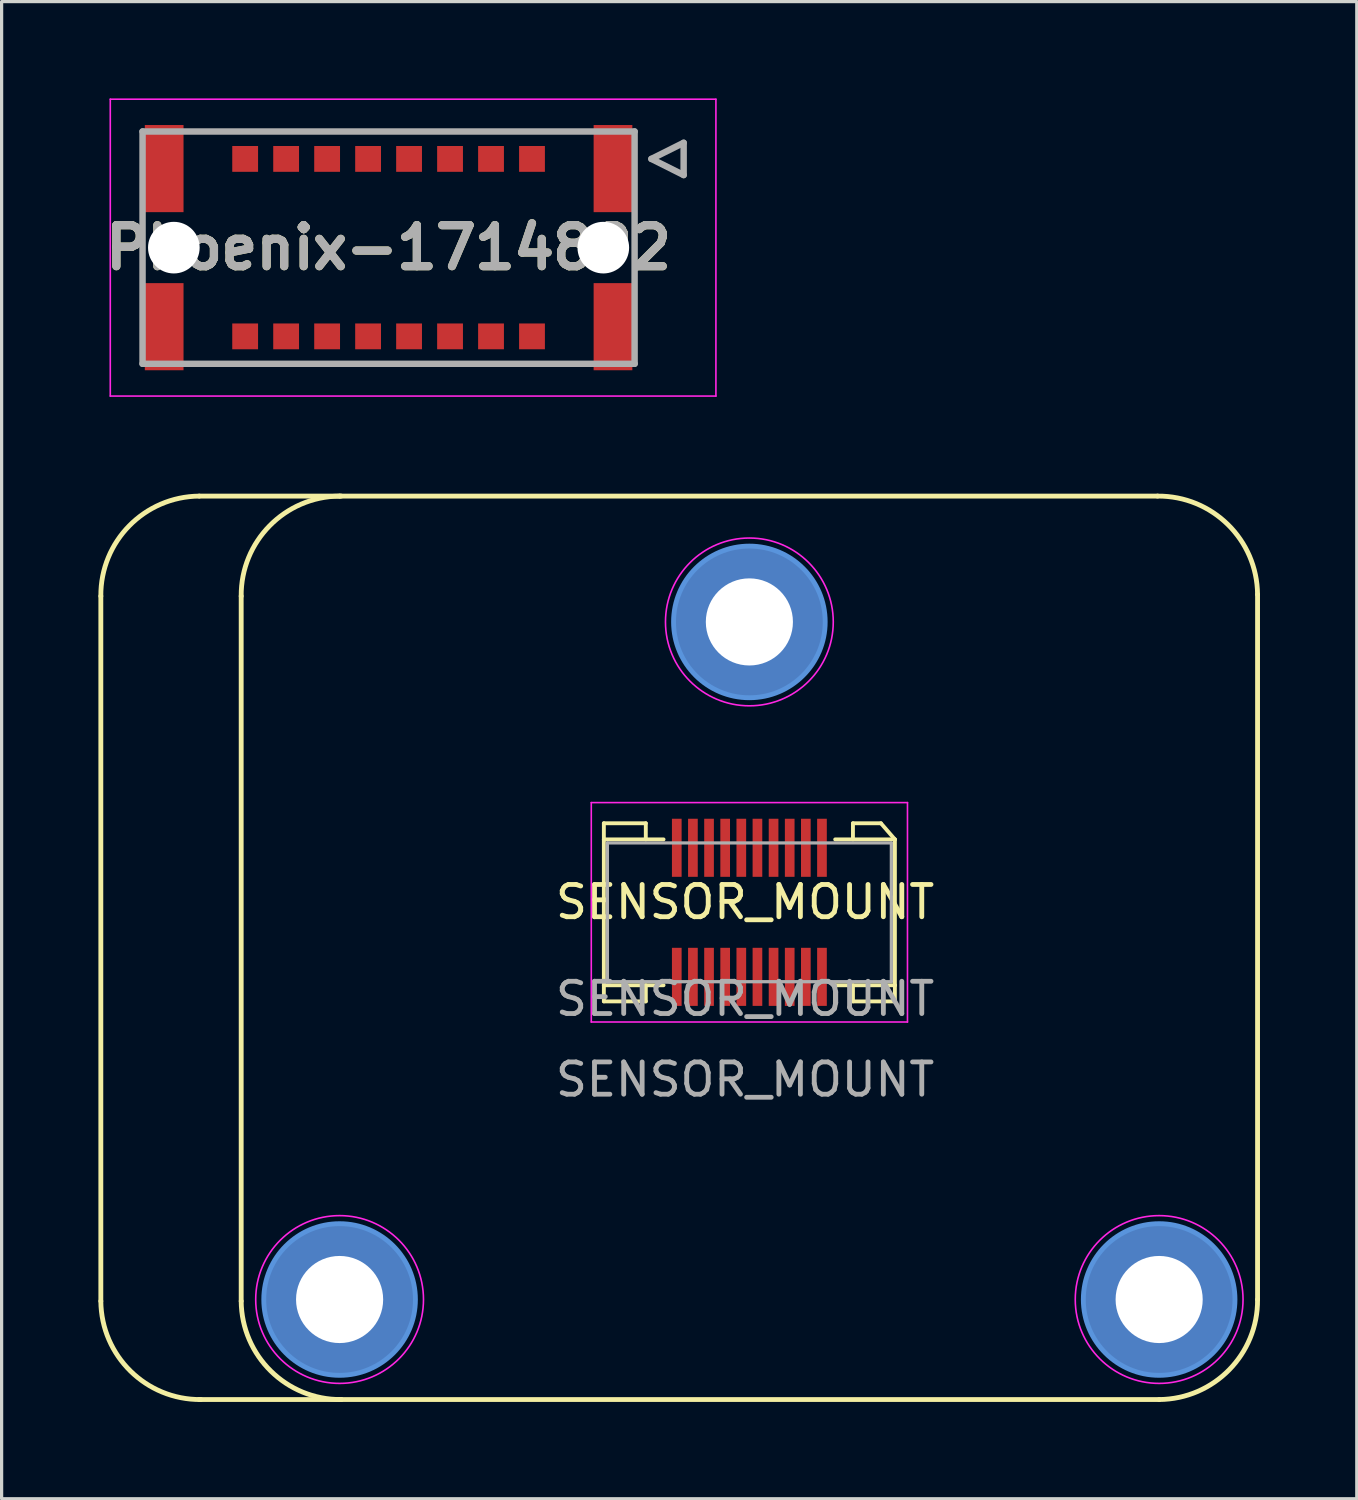
<source format=kicad_pcb>
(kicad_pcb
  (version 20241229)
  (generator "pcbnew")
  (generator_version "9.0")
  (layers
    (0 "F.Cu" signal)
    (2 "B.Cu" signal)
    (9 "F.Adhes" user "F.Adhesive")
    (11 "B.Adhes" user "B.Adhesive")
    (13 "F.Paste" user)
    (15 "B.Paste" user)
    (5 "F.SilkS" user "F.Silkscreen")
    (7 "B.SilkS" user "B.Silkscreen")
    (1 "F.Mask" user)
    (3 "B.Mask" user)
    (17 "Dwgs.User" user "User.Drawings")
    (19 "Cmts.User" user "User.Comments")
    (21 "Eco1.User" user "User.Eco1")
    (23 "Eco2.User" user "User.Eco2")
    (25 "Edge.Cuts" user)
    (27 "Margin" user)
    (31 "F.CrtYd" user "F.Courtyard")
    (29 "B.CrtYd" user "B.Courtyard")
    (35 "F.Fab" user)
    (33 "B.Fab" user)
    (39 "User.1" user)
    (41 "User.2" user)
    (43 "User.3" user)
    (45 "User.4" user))
  (footprint "Phoenix-1714892"
    (layer "F.Cu")
    (at 8.993 4.625)
    (property "Reference" "Phoenix-1714892" (at 0 0 0) (layer "F.SilkS") (effects (font (size 1.27 1.27) (thickness 0.254))))
    (attr through_hole)
    (fp_line (start 8.145 -2.75) (end 9.145 -3.25) (stroke (width 0.1) (type solid)) (layer "F.SilkS"))
    (fp_line (start 9.145 -3.25) (end 9.145 -2.25) (stroke (width 0.1) (type solid)) (layer "F.SilkS"))
    (fp_line (start 9.145 -2.25) (end 8.145 -2.75) (stroke (width 0.1) (type solid)) (layer "F.SilkS"))
    (fp_line (start -8.625 -4.6) (end 10.145 -4.6) (stroke (width 0.05) (type solid)) (layer "F.CrtYd"))
    (fp_line (start -8.625 4.6) (end -8.625 -4.6) (stroke (width 0.05) (type solid)) (layer "F.CrtYd"))
    (fp_line (start 10.145 -4.6) (end 10.145 4.6) (stroke (width 0.05) (type solid)) (layer "F.CrtYd"))
    (fp_line (start 10.145 4.6) (end -8.625 4.6) (stroke (width 0.05) (type solid)) (layer "F.CrtYd"))
    (fp_line (start -7.625 -3.6) (end 7.625 -3.6) (stroke (width 0.2) (type solid)) (layer "F.Fab"))
    (fp_line (start -7.625 3.6) (end -7.625 -3.6) (stroke (width 0.2) (type solid)) (layer "F.Fab"))
    (fp_line (start 7.625 -3.6) (end 7.625 3.6) (stroke (width 0.2) (type solid)) (layer "F.Fab"))
    (fp_line (start 7.625 3.6) (end -7.625 3.6) (stroke (width 0.2) (type solid)) (layer "F.Fab"))
    (fp_line (start 8.145 -2.75) (end 9.145 -3.25) (stroke (width 0.2) (type solid)) (layer "F.Fab"))
    (fp_line (start 9.145 -3.25) (end 9.145 -2.25) (stroke (width 0.2) (type solid)) (layer "F.Fab"))
    (fp_line (start 9.145 -2.25) (end 8.145 -2.75) (stroke (width 0.2) (type solid)) (layer "F.Fab"))
    (fp_text user "${REFERENCE}" (at 0 0 0) (layer "F.Fab") (effects (font (size 1.27 1.27) (thickness 0.254))))
    (pad "" np_thru_hole circle (at -6.655 0) (size 1.6 1.6) (drill 1.6) (layers "*.Cu" "*.Mask"))
    (pad "" np_thru_hole circle (at 6.655 0) (size 1.6 1.6) (drill 1.6) (layers "*.Cu" "*.Mask"))
    (pad "17" smd rect (at 6.955 -2.45) (size 1.2 2.7) (layers "F.Cu" "F.Mask" "F.Paste"))
    (pad "18" smd rect (at -6.955 -2.45) (size 1.2 2.7) (layers "F.Cu" "F.Mask" "F.Paste"))
    (pad "19" smd rect (at 6.955 2.45) (size 1.2 2.7) (layers "F.Cu" "F.Mask" "F.Paste"))
    (pad "20" smd rect (at -6.955 2.45) (size 1.2 2.7) (layers "F.Cu" "F.Mask" "F.Paste"))
    (pad "A1" smd rect (at 4.445 -2.75 90) (size 0.8 0.8) (layers "F.Cu" "F.Mask" "F.Paste"))
    (pad "A2" smd rect (at 3.175 -2.75 90) (size 0.8 0.8) (layers "F.Cu" "F.Mask" "F.Paste"))
    (pad "A3" smd rect (at 1.905 -2.75 90) (size 0.8 0.8) (layers "F.Cu" "F.Mask" "F.Paste"))
    (pad "A4" smd rect (at 0.635 -2.75 90) (size 0.8 0.8) (layers "F.Cu" "F.Mask" "F.Paste"))
    (pad "A5" smd rect (at -0.635 -2.75 90) (size 0.8 0.8) (layers "F.Cu" "F.Mask" "F.Paste"))
    (pad "A6" smd rect (at -1.905 -2.75 90) (size 0.8 0.8) (layers "F.Cu" "F.Mask" "F.Paste"))
    (pad "A7" smd rect (at -3.175 -2.75 90) (size 0.8 0.8) (layers "F.Cu" "F.Mask" "F.Paste"))
    (pad "A8" smd rect (at -4.445 -2.75 90) (size 0.8 0.8) (layers "F.Cu" "F.Mask" "F.Paste"))
    (pad "B1" smd rect (at 4.445 2.75 90) (size 0.8 0.8) (layers "F.Cu" "F.Mask" "F.Paste"))
    (pad "B2" smd rect (at 3.175 2.75 90) (size 0.8 0.8) (layers "F.Cu" "F.Mask" "F.Paste"))
    (pad "B3" smd rect (at 1.905 2.75 90) (size 0.8 0.8) (layers "F.Cu" "F.Mask" "F.Paste"))
    (pad "B4" smd rect (at 0.635 2.75 90) (size 0.8 0.8) (layers "F.Cu" "F.Mask" "F.Paste"))
    (pad "B5" smd rect (at -0.635 2.75 90) (size 0.8 0.8) (layers "F.Cu" "F.Mask" "F.Paste"))
    (pad "B6" smd rect (at -1.905 2.75 90) (size 0.8 0.8) (layers "F.Cu" "F.Mask" "F.Paste"))
    (pad "B7" smd rect (at -3.175 2.75 90) (size 0.8 0.8) (layers "F.Cu" "F.Mask" "F.Paste"))
    (pad "B8" smd rect (at -4.445 2.75 90) (size 0.8 0.8) (layers "F.Cu" "F.Mask" "F.Paste")))
  (footprint "SENSOR_MOUNT"
    (layer "F.Cu")
    (at 20.175 25.407)
    (property "Reference" "SENSOR_MOUNT" (at -0.133 -0.5 0) (unlocked yes) (layer "F.SilkS") (effects (font (size 1 1) (thickness 0.15))))
    (attr smd)
    (fp_line (start -20.1 11.868) (end -20.1 -9.982) (stroke (width 0.15) (type solid)) (layer "F.SilkS"))
    (fp_line (start -17.05 -13.082) (end -12.65 -13.082) (stroke (width 0.15) (type solid)) (layer "F.SilkS"))
    (fp_line (start -15.75 11.868) (end -15.75 -9.982) (stroke (width 0.15) (type solid)) (layer "F.SilkS"))
    (fp_line (start -12.65 14.918) (end -17.05 14.918) (stroke (width 0.15) (type solid)) (layer "F.SilkS"))
    (fp_line (start -4.51 -2.942) (end -3.21 -2.942) (stroke (width 0.12) (type solid)) (layer "F.SilkS"))
    (fp_line (start -4.51 -2.442) (end -4.51 -2.942) (stroke (width 0.12) (type solid)) (layer "F.SilkS"))
    (fp_line (start -4.51 -2.442) (end -4.51 2.078) (stroke (width 0.12) (type solid)) (layer "F.SilkS"))
    (fp_line (start -4.51 2.078) (end -4.51 2.578) (stroke (width 0.12) (type solid)) (layer "F.SilkS"))
    (fp_line (start -4.51 2.078) (end -2.66 2.078) (stroke (width 0.12) (type solid)) (layer "F.SilkS"))
    (fp_line (start -4.51 2.578) (end -3.21 2.578) (stroke (width 0.12) (type solid)) (layer "F.SilkS"))
    (fp_line (start -3.21 -2.942) (end -3.21 -2.442) (stroke (width 0.12) (type solid)) (layer "F.SilkS"))
    (fp_line (start -3.21 2.578) (end -3.21 2.078) (stroke (width 0.12) (type solid)) (layer "F.SilkS"))
    (fp_line (start -2.66 -2.442) (end -4.51 -2.442) (stroke (width 0.12) (type solid)) (layer "F.SilkS"))
    (fp_line (start 2.66 -2.442) (end 4.51 -2.442) (stroke (width 0.12) (type solid)) (layer "F.SilkS"))
    (fp_line (start 2.66 2.078) (end 2.66 2.768) (stroke (width 0.12) (type solid)) (layer "F.SilkS"))
    (fp_line (start 3.21 -2.942) (end 3.21 -2.442) (stroke (width 0.12) (type solid)) (layer "F.SilkS"))
    (fp_line (start 3.21 2.578) (end 3.21 2.078) (stroke (width 0.12) (type solid)) (layer "F.SilkS"))
    (fp_line (start 4.077 -2.942) (end 3.21 -2.942) (stroke (width 0.12) (type solid)) (layer "F.SilkS"))
    (fp_line (start 4.51 -2.442) (end 4.077 -2.942) (stroke (width 0.12) (type solid)) (layer "F.SilkS"))
    (fp_line (start 4.51 -2.442) (end 4.51 2.078) (stroke (width 0.12) (type solid)) (layer "F.SilkS"))
    (fp_line (start 4.51 2.078) (end 2.66 2.078) (stroke (width 0.12) (type solid)) (layer "F.SilkS"))
    (fp_line (start 4.51 2.078) (end 4.51 2.578) (stroke (width 0.12) (type solid)) (layer "F.SilkS"))
    (fp_line (start 4.51 2.578) (end 3.21 2.578) (stroke (width 0.12) (type solid)) (layer "F.SilkS"))
    (fp_line (start 12.65 -13.082) (end -12.7 -13.082) (stroke (width 0.15) (type solid)) (layer "F.SilkS"))
    (fp_line (start 12.7 14.918) (end -12.7 14.918) (stroke (width 0.15) (type solid)) (layer "F.SilkS"))
    (fp_line (start 15.75 11.818) (end 15.75 -10.032) (stroke (width 0.15) (type solid)) (layer "F.SilkS"))
    (fp_arc (start -20.1 -9.981676) (mid -19.217031 -12.163351) (end -17.05 -13.081676) (stroke (width 0.15) (type solid)) (layer "F.SilkS"))
    (fp_arc (start -17 14.918324) (mid -19.181675 14.035355) (end -20.1 11.868324) (stroke (width 0.15) (type solid)) (layer "F.SilkS"))
    (fp_arc (start -15.75 -9.981676) (mid -14.867031 -12.163351) (end -12.7 -13.081676) (stroke (width 0.15) (type solid)) (layer "F.SilkS"))
    (fp_arc (start -12.65 14.918324) (mid -14.831675 14.035355) (end -15.75 11.868324) (stroke (width 0.15) (type solid)) (layer "F.SilkS"))
    (fp_arc (start 12.65 -13.081676) (mid 14.831675 -12.198707) (end 15.75 -10.031676) (stroke (width 0.15) (type solid)) (layer "F.SilkS"))
    (fp_arc (start 15.75 11.818324) (mid 14.867031 13.999999) (end 12.7 14.918324) (stroke (width 0.15) (type solid)) (layer "F.SilkS"))
    (fp_circle (center -12.7 11.818) (end -15.05 11.818) (stroke (width 0.15) (type solid)) (fill no) (layer "Cmts.User"))
    (fp_circle (center 0 -9.182) (end -2.35 -9.182) (stroke (width 0.15) (type solid)) (fill no) (layer "Cmts.User"))
    (fp_circle (center 12.7 11.818) (end 10.35 11.818) (stroke (width 0.15) (type solid)) (fill no) (layer "Cmts.User"))
    (fp_line (start -4.9 -3.582) (end -4.9 3.218) (stroke (width 0.05) (type solid)) (layer "F.CrtYd"))
    (fp_line (start -4.9 3.218) (end 4.9 3.218) (stroke (width 0.05) (type solid)) (layer "F.CrtYd"))
    (fp_line (start 4.9 -3.582) (end -4.9 -3.582) (stroke (width 0.05) (type solid)) (layer "F.CrtYd"))
    (fp_line (start 4.9 3.218) (end 4.9 -3.582) (stroke (width 0.05) (type solid)) (layer "F.CrtYd"))
    (fp_circle (center -12.7 11.818) (end -15.3 11.818) (stroke (width 0.05) (type solid)) (fill no) (layer "F.CrtYd"))
    (fp_circle (center 0 -9.182) (end -2.6 -9.182) (stroke (width 0.05) (type solid)) (fill no) (layer "F.CrtYd"))
    (fp_circle (center 12.7 11.818) (end 10.1 11.818) (stroke (width 0.05) (type solid)) (fill no) (layer "F.CrtYd"))
    (fp_line (start -4.4 -2.332) (end -4.4 1.968) (stroke (width 0.1) (type solid)) (layer "F.Fab"))
    (fp_line (start -4.4 1.968) (end 4.4 1.968) (stroke (width 0.1) (type solid)) (layer "F.Fab"))
    (fp_line (start 2.66 2.078) (end 2.66 2.768) (stroke (width 0.1) (type solid)) (layer "F.Fab"))
    (fp_line (start 4.4 -2.332) (end -4.4 -2.332) (stroke (width 0.1) (type solid)) (layer "F.Fab"))
    (fp_line (start 4.4 1.968) (end 4.4 -2.332) (stroke (width 0.1) (type solid)) (layer "F.Fab"))
    (fp_text user "${REFERENCE}" (at -0.133 2.5 0) (unlocked yes) (layer "F.Fab") (effects (font (size 1 1) (thickness 0.15))))
    (fp_text user "${REFERENCE}" (at -0.133 5 180) (layer "F.Fab") (effects (font (size 1 1) (thickness 0.15))))
    (pad "" thru_hole circle (at -12.7 11.818 180) (size 3.1 3.1) (drill 2.7) (layers "*.Cu" "*.Mask"))
    (pad "" connect circle (at -12.7 11.818 180) (size 4.7 4.7) (layers "F.Cu" "F.Mask"))
    (pad "" thru_hole circle (at 0 -9.182 180) (size 3.1 3.1) (drill 2.7) (layers "*.Cu" "*.Mask"))
    (pad "" connect circle (at 0 -9.182 180) (size 4.7 4.7) (layers "F.Cu" "F.Mask"))
    (pad "" thru_hole circle (at 12.7 11.818 180) (size 3.1 3.1) (drill 2.7) (layers "*.Cu" "*.Mask"))
    (pad "" connect circle (at 12.7 11.818 180) (size 4.7 4.7) (layers "F.Cu" "F.Mask"))
    (pad "1" connect circle (at -12.7 11.818 180) (size 4.7 4.7) (layers "B.Cu" "B.Mask"))
    (pad "1" connect circle (at 0 -9.182 180) (size 4.7 4.7) (layers "B.Cu" "B.Mask"))
    (pad "1" smd rect (at 2.25 1.818 180) (size 0.3 1.8) (layers "F.Cu" "F.Mask" "F.Paste"))
    (pad "1" connect circle (at 12.7 11.818 180) (size 4.7 4.7) (layers "B.Cu" "B.Mask"))
    (pad "2" smd rect (at 2.25 -2.182 180) (size 0.3 1.8) (layers "F.Cu" "F.Mask" "F.Paste"))
    (pad "3" smd rect (at 1.75 1.818 180) (size 0.3 1.8) (layers "F.Cu" "F.Mask" "F.Paste"))
    (pad "4" smd rect (at 1.75 -2.182 180) (size 0.3 1.8) (layers "F.Cu" "F.Mask" "F.Paste"))
    (pad "5" smd rect (at 1.25 1.818 180) (size 0.3 1.8) (layers "F.Cu" "F.Mask" "F.Paste"))
    (pad "6" smd rect (at 1.25 -2.182 180) (size 0.3 1.8) (layers "F.Cu" "F.Mask" "F.Paste"))
    (pad "7" smd rect (at 0.75 1.818 180) (size 0.3 1.8) (layers "F.Cu" "F.Mask" "F.Paste"))
    (pad "8" smd rect (at 0.75 -2.182 180) (size 0.3 1.8) (layers "F.Cu" "F.Mask" "F.Paste"))
    (pad "9" smd rect (at 0.25 1.818 180) (size 0.3 1.8) (layers "F.Cu" "F.Mask" "F.Paste"))
    (pad "10" smd rect (at 0.25 -2.182 180) (size 0.3 1.8) (layers "F.Cu" "F.Mask" "F.Paste"))
    (pad "11" smd rect (at -0.25 1.818 180) (size 0.3 1.8) (layers "F.Cu" "F.Mask" "F.Paste"))
    (pad "12" smd rect (at -0.25 -2.182 180) (size 0.3 1.8) (layers "F.Cu" "F.Mask" "F.Paste"))
    (pad "13" smd rect (at -0.75 1.818 180) (size 0.3 1.8) (layers "F.Cu" "F.Mask" "F.Paste"))
    (pad "14" smd rect (at -0.75 -2.182 180) (size 0.3 1.8) (layers "F.Cu" "F.Mask" "F.Paste"))
    (pad "15" smd rect (at -1.25 1.818 180) (size 0.3 1.8) (layers "F.Cu" "F.Mask" "F.Paste"))
    (pad "16" smd rect (at -1.25 -2.182 180) (size 0.3 1.8) (layers "F.Cu" "F.Mask" "F.Paste"))
    (pad "17" smd rect (at -1.75 1.818 180) (size 0.3 1.8) (layers "F.Cu" "F.Mask" "F.Paste"))
    (pad "18" smd rect (at -1.75 -2.182 180) (size 0.3 1.8) (layers "F.Cu" "F.Mask" "F.Paste"))
    (pad "19" smd rect (at -2.25 1.818 180) (size 0.3 1.8) (layers "F.Cu" "F.Mask" "F.Paste"))
    (pad "20" smd rect (at -2.25 -2.182 180) (size 0.3 1.8) (layers "F.Cu" "F.Mask" "F.Paste")))
  (gr_rect
    (start -3 -3)
    (end 39 43.4)
    (stroke (width 0.1) (type default))
    (fill no)
    (layer "Edge.Cuts")))
</source>
